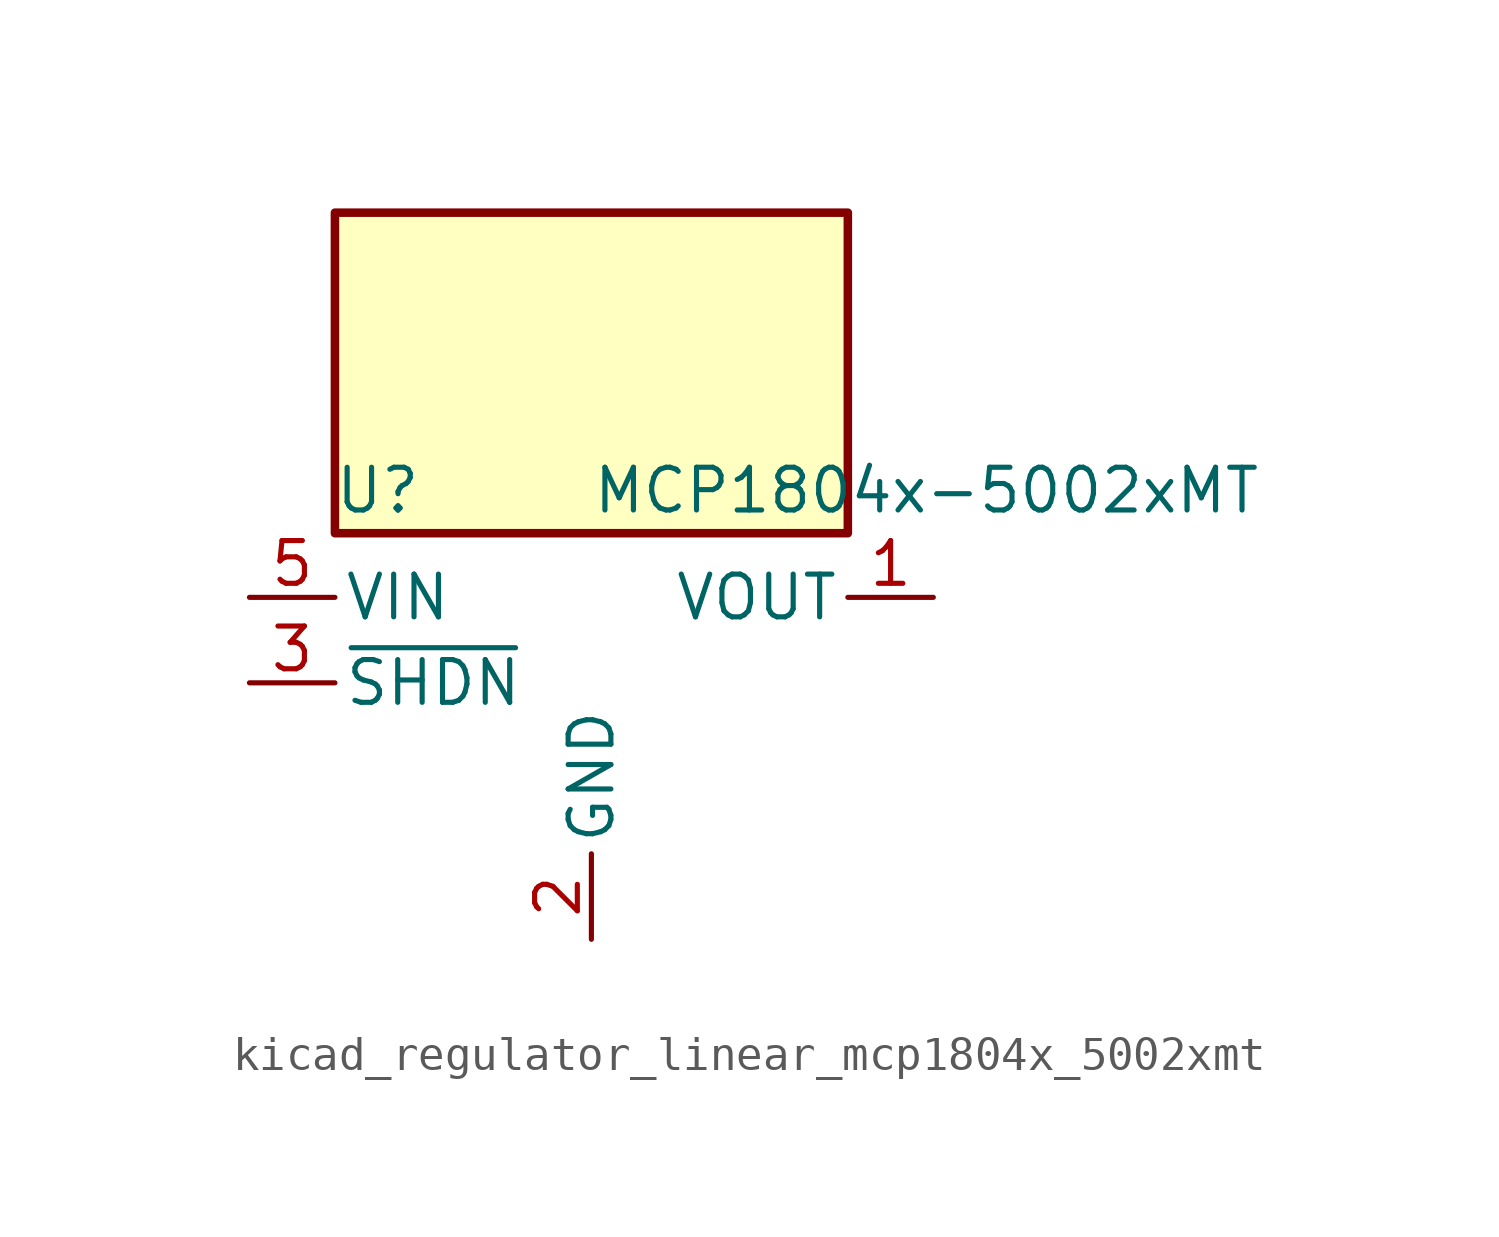
<source format=kicad_sym>
(kicad_symbol_lib
  (version 20220914)
  (generator kicad_symbol_editor)
  (symbol "kicad_regulator_linear_mcp1804x_5002xmt"
    (pin_names
      (offset 0.254))
    (property "Reference" "U"
      (at -6.35 5.715 0)
      (effects (font (size 1.27 1.27))))
    (property "Value" "MCP1804x-5002xMT"
      (at 0 5.715 0)
      (effects (font (size 1.27 1.27)) (justify left)))
    (symbol "kicad_regulator_linear_mcp1804x_5002xmt_0_1"
      (rectangle (start 7.62 13.97) (end -7.62 4.445) (stroke (width 0.254) (type default)) (fill (type background))))
    (symbol "kicad_regulator_linear_mcp1804x_5002xmt_1_1"
      (pin power_out line (at 10.16 2.54 180) (length 2.54) (name "VOUT" (effects (font (size 1.27 1.27)))) (number "1" (effects (font (size 1.27 1.27)))))
      (pin power_in line (at 0 -7.62 90) (length 2.54) (name "GND" (effects (font (size 1.27 1.27)))) (number "2" (effects (font (size 1.27 1.27)))))
      (pin input line (at -10.16 0 0) (length 2.54) (name "~{SHDN}" (effects (font (size 1.27 1.27)))) (number "3" (effects (font (size 1.27 1.27)))))
      (pin no_connect line (at 7.62 0 180) (length 2.54) hide (name "NC" (effects (font (size 1.27 1.27)))) (number "4" (effects (font (size 1.27 1.27)))))
      (pin power_in line (at -10.16 2.54 0) (length 2.54) (name "VIN" (effects (font (size 1.27 1.27)))) (number "5" (effects (font (size 1.27 1.27))))))))
</source>
